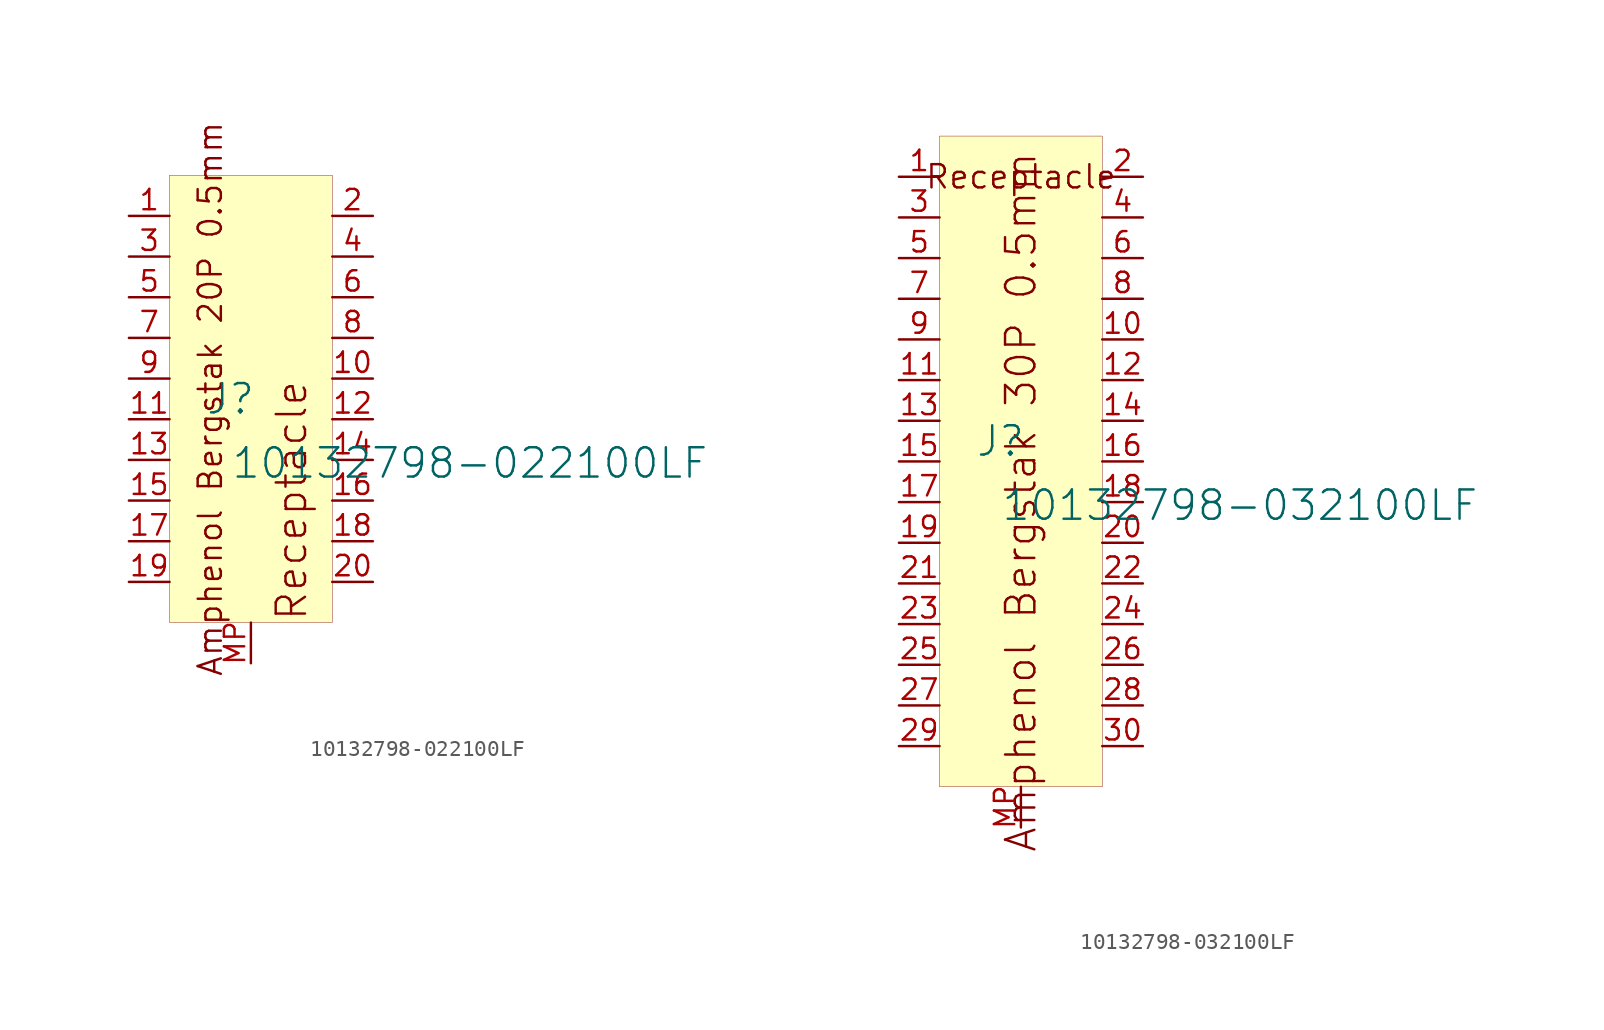
<source format=kicad_sym>
(kicad_symbol_lib
  (version 20231120)
  (generator "kicad_symbol_editor")
  (generator_version "8.0")
  (symbol "10132798-022100LF"
    (property "Reference" "J"
      (at -1.27 1.27 0)
      (effects (font (size 1.829 1.829))))
    (property "Value" "10132798-022100LF"
      (at -1.27 -3.81 0)
      (effects (font (size 1.829 1.829)) (justify left bottom)))
    (symbol "10132798-022100LF_1_0"
      (rectangle (start 5.08 15.24) (end -5.08 -12.7) (stroke (width 0.025) (type solid) (color 128 0 0 1)) (fill (type background)))
      (text "Amphenol Bergstak 20P 0.5mm" (at -2.54 1.27 900) (effects (font (size 1.448 1.448))))
      (text "Receptacle" (at 2.54 -5.08 900) (effects (font (size 1.829 1.829))))
      (pin passive line (at -7.62 12.7 0) (length 2.54) (name "" (effects (font (size 1.27 1.27)))) (number "1" (effects (font (size 1.27 1.27)))))
      (pin passive line (at 7.62 2.54 180) (length 2.54) (name "" (effects (font (size 1.27 1.27)))) (number "10" (effects (font (size 1.27 1.27)))))
      (pin passive line (at -7.62 0 0) (length 2.54) (name "" (effects (font (size 1.27 1.27)))) (number "11" (effects (font (size 1.27 1.27)))))
      (pin passive line (at 7.62 0 180) (length 2.54) (name "" (effects (font (size 1.27 1.27)))) (number "12" (effects (font (size 1.27 1.27)))))
      (pin passive line (at -7.62 -2.54 0) (length 2.54) (name "" (effects (font (size 1.27 1.27)))) (number "13" (effects (font (size 1.27 1.27)))))
      (pin passive line (at 7.62 -2.54 180) (length 2.54) (name "" (effects (font (size 1.27 1.27)))) (number "14" (effects (font (size 1.27 1.27)))))
      (pin passive line (at -7.62 -5.08 0) (length 2.54) (name "" (effects (font (size 1.27 1.27)))) (number "15" (effects (font (size 1.27 1.27)))))
      (pin passive line (at 7.62 -5.08 180) (length 2.54) (name "" (effects (font (size 1.27 1.27)))) (number "16" (effects (font (size 1.27 1.27)))))
      (pin passive line (at -7.62 -7.62 0) (length 2.54) (name "" (effects (font (size 1.27 1.27)))) (number "17" (effects (font (size 1.27 1.27)))))
      (pin passive line (at 7.62 -7.62 180) (length 2.54) (name "" (effects (font (size 1.27 1.27)))) (number "18" (effects (font (size 1.27 1.27)))))
      (pin passive line (at -7.62 -10.16 0) (length 2.54) (name "" (effects (font (size 1.27 1.27)))) (number "19" (effects (font (size 1.27 1.27)))))
      (pin passive line (at 7.62 12.7 180) (length 2.54) (name "" (effects (font (size 1.27 1.27)))) (number "2" (effects (font (size 1.27 1.27)))))
      (pin passive line (at 7.62 -10.16 180) (length 2.54) (name "" (effects (font (size 1.27 1.27)))) (number "20" (effects (font (size 1.27 1.27)))))
      (pin passive line (at -7.62 10.16 0) (length 2.54) (name "" (effects (font (size 1.27 1.27)))) (number "3" (effects (font (size 1.27 1.27)))))
      (pin passive line (at 7.62 10.16 180) (length 2.54) (name "" (effects (font (size 1.27 1.27)))) (number "4" (effects (font (size 1.27 1.27)))))
      (pin passive line (at -7.62 7.62 0) (length 2.54) (name "" (effects (font (size 1.27 1.27)))) (number "5" (effects (font (size 1.27 1.27)))))
      (pin passive line (at 7.62 7.62 180) (length 2.54) (name "" (effects (font (size 1.27 1.27)))) (number "6" (effects (font (size 1.27 1.27)))))
      (pin passive line (at -7.62 5.08 0) (length 2.54) (name "" (effects (font (size 1.27 1.27)))) (number "7" (effects (font (size 1.27 1.27)))))
      (pin passive line (at 7.62 5.08 180) (length 2.54) (name "" (effects (font (size 1.27 1.27)))) (number "8" (effects (font (size 1.27 1.27)))))
      (pin passive line (at -7.62 2.54 0) (length 2.54) (name "" (effects (font (size 1.27 1.27)))) (number "9" (effects (font (size 1.27 1.27)))))
      (pin passive line (at 0 -15.24 90) (length 2.54) (name "" (effects (font (size 1.27 1.27)))) (number "MP" (effects (font (size 1.27 1.27)))))))
  (symbol "10132798-032100LF"
    (property "Reference" "J"
      (at -1.27 1.27 0)
      (effects (font (size 1.829 1.829))))
    (property "Value" "10132798-032100LF"
      (at -1.27 -3.81 0)
      (effects (font (size 1.829 1.829)) (justify left bottom)))
    (symbol "10132798-032100LF_1_0"
      (rectangle (start 5.08 20.32) (end -5.08 -20.32) (stroke (width 0.025) (type solid) (color 128 0 0 1)) (fill (type background)))
      (text "Amphenol Bergstak 30P 0.5mm" (at 0 -2.54 900) (effects (font (size 1.829 1.829))))
      (text "Receptacle" (at 0 17.78 0) (effects (font (size 1.448 1.448))))
      (pin passive line (at -7.62 17.78 0) (length 2.54) (name "" (effects (font (size 1.27 1.27)))) (number "1" (effects (font (size 1.27 1.27)))))
      (pin passive line (at 7.62 7.62 180) (length 2.54) (name "" (effects (font (size 1.27 1.27)))) (number "10" (effects (font (size 1.27 1.27)))))
      (pin passive line (at -7.62 5.08 0) (length 2.54) (name "" (effects (font (size 1.27 1.27)))) (number "11" (effects (font (size 1.27 1.27)))))
      (pin passive line (at 7.62 5.08 180) (length 2.54) (name "" (effects (font (size 1.27 1.27)))) (number "12" (effects (font (size 1.27 1.27)))))
      (pin passive line (at -7.62 2.54 0) (length 2.54) (name "" (effects (font (size 1.27 1.27)))) (number "13" (effects (font (size 1.27 1.27)))))
      (pin passive line (at 7.62 2.54 180) (length 2.54) (name "" (effects (font (size 1.27 1.27)))) (number "14" (effects (font (size 1.27 1.27)))))
      (pin passive line (at -7.62 0 0) (length 2.54) (name "" (effects (font (size 1.27 1.27)))) (number "15" (effects (font (size 1.27 1.27)))))
      (pin passive line (at 7.62 0 180) (length 2.54) (name "" (effects (font (size 1.27 1.27)))) (number "16" (effects (font (size 1.27 1.27)))))
      (pin passive line (at -7.62 -2.54 0) (length 2.54) (name "" (effects (font (size 1.27 1.27)))) (number "17" (effects (font (size 1.27 1.27)))))
      (pin passive line (at 7.62 -2.54 180) (length 2.54) (name "" (effects (font (size 1.27 1.27)))) (number "18" (effects (font (size 1.27 1.27)))))
      (pin passive line (at -7.62 -5.08 0) (length 2.54) (name "" (effects (font (size 1.27 1.27)))) (number "19" (effects (font (size 1.27 1.27)))))
      (pin passive line (at 7.62 17.78 180) (length 2.54) (name "" (effects (font (size 1.27 1.27)))) (number "2" (effects (font (size 1.27 1.27)))))
      (pin passive line (at 7.62 -5.08 180) (length 2.54) (name "" (effects (font (size 1.27 1.27)))) (number "20" (effects (font (size 1.27 1.27)))))
      (pin passive line (at -7.62 -7.62 0) (length 2.54) (name "" (effects (font (size 1.27 1.27)))) (number "21" (effects (font (size 1.27 1.27)))))
      (pin passive line (at 7.62 -7.62 180) (length 2.54) (name "" (effects (font (size 1.27 1.27)))) (number "22" (effects (font (size 1.27 1.27)))))
      (pin passive line (at -7.62 -10.16 0) (length 2.54) (name "" (effects (font (size 1.27 1.27)))) (number "23" (effects (font (size 1.27 1.27)))))
      (pin passive line (at 7.62 -10.16 180) (length 2.54) (name "" (effects (font (size 1.27 1.27)))) (number "24" (effects (font (size 1.27 1.27)))))
      (pin passive line (at -7.62 -12.7 0) (length 2.54) (name "" (effects (font (size 1.27 1.27)))) (number "25" (effects (font (size 1.27 1.27)))))
      (pin passive line (at 7.62 -12.7 180) (length 2.54) (name "" (effects (font (size 1.27 1.27)))) (number "26" (effects (font (size 1.27 1.27)))))
      (pin passive line (at -7.62 -15.24 0) (length 2.54) (name "" (effects (font (size 1.27 1.27)))) (number "27" (effects (font (size 1.27 1.27)))))
      (pin passive line (at 7.62 -15.24 180) (length 2.54) (name "" (effects (font (size 1.27 1.27)))) (number "28" (effects (font (size 1.27 1.27)))))
      (pin passive line (at -7.62 -17.78 0) (length 2.54) (name "" (effects (font (size 1.27 1.27)))) (number "29" (effects (font (size 1.27 1.27)))))
      (pin passive line (at -7.62 15.24 0) (length 2.54) (name "" (effects (font (size 1.27 1.27)))) (number "3" (effects (font (size 1.27 1.27)))))
      (pin passive line (at 7.62 -17.78 180) (length 2.54) (name "" (effects (font (size 1.27 1.27)))) (number "30" (effects (font (size 1.27 1.27)))))
      (pin passive line (at 7.62 15.24 180) (length 2.54) (name "" (effects (font (size 1.27 1.27)))) (number "4" (effects (font (size 1.27 1.27)))))
      (pin passive line (at -7.62 12.7 0) (length 2.54) (name "" (effects (font (size 1.27 1.27)))) (number "5" (effects (font (size 1.27 1.27)))))
      (pin passive line (at 7.62 12.7 180) (length 2.54) (name "" (effects (font (size 1.27 1.27)))) (number "6" (effects (font (size 1.27 1.27)))))
      (pin passive line (at -7.62 10.16 0) (length 2.54) (name "" (effects (font (size 1.27 1.27)))) (number "7" (effects (font (size 1.27 1.27)))))
      (pin passive line (at 7.62 10.16 180) (length 2.54) (name "" (effects (font (size 1.27 1.27)))) (number "8" (effects (font (size 1.27 1.27)))))
      (pin passive line (at -7.62 7.62 0) (length 2.54) (name "" (effects (font (size 1.27 1.27)))) (number "9" (effects (font (size 1.27 1.27)))))
      (pin passive line (at 0 -22.86 90) (length 2.54) (name "" (effects (font (size 1.27 1.27)))) (number "MP" (effects (font (size 1.27 1.27))))))))
</source>
